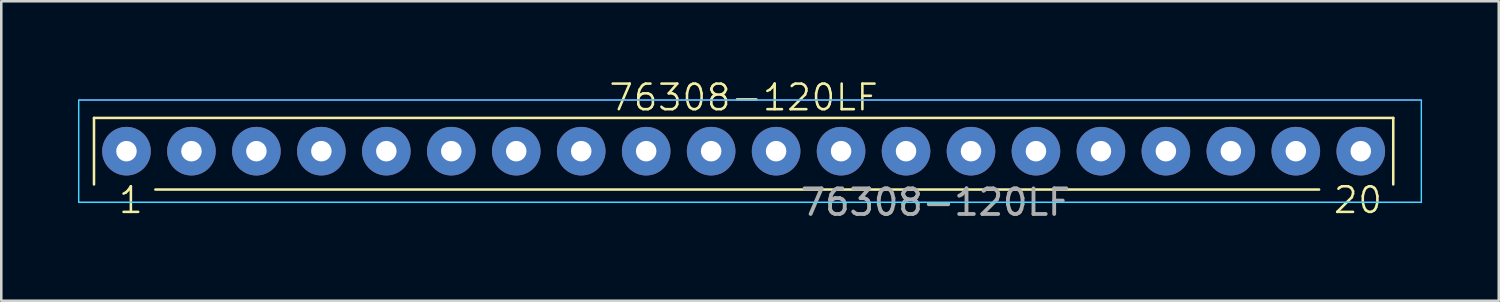
<source format=kicad_pcb>
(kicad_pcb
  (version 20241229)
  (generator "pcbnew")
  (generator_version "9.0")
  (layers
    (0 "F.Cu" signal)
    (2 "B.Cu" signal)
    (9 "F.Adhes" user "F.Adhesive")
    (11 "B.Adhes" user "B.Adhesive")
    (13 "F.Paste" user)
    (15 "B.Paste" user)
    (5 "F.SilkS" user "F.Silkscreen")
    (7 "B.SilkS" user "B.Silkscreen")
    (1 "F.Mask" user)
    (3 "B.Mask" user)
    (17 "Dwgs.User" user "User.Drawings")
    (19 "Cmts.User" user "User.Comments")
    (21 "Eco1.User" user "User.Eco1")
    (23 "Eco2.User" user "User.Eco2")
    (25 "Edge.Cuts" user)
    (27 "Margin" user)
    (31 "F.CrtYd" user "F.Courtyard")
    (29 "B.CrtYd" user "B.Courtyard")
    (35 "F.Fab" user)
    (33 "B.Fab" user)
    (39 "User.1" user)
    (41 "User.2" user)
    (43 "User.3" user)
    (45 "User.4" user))
  (footprint "76308-120LF"
    (layer "F.Cu")
    (at 26.025 2.861)
    (property "Reference" "76308-120LF" (at 0 -2.1 0) (unlocked yes) (layer "F.SilkS") (effects (font (size 1 1) (thickness 0.1))))
    (attr smd)
    (fp_line (start -25.4 -1.3) (end 25.4 -1.3) (stroke (width 0.1) (type default)) (layer "F.SilkS"))
    (fp_line (start -25.4 1.3) (end -25.4 -1.3) (stroke (width 0.1) (type default)) (layer "F.SilkS"))
    (fp_line (start -23 1.5) (end 22.5 1.5) (stroke (width 0.1) (type default)) (layer "F.SilkS"))
    (fp_line (start 25.4 -1.3) (end 25.4 1.3) (stroke (width 0.1) (type default)) (layer "F.SilkS"))
    (fp_rect (start -26 -2) (end 26.5 2) (stroke (width 0.05) (type default)) (fill no) (layer "B.CrtYd"))
    (fp_rect (start -26 -2) (end 26.5 2) (stroke (width 0.05) (type default)) (fill no) (layer "F.CrtYd"))
    (fp_text user "1" (at -24.5 2.5 0) (unlocked yes) (layer "F.SilkS") (effects (font (size 1 1) (thickness 0.1)) (justify left bottom)))
    (fp_text user "20" (at 23 2.5 0) (unlocked yes) (layer "F.SilkS") (effects (font (size 1 1) (thickness 0.1)) (justify left bottom)))
    (fp_text user "${REFERENCE}" (at 7.5 2 0) (unlocked yes) (layer "F.Fab") (effects (font (size 1 1) (thickness 0.15))))
    (pad "1" thru_hole circle (at -24.13 0) (size 1.9 1.9) (drill 0.8) (layers "*.Cu" "F.Mask"))
    (pad "2" thru_hole circle (at -21.59 0) (size 1.9 1.9) (drill 0.8) (layers "*.Cu" "F.Mask"))
    (pad "3" thru_hole circle (at -19.05 0) (size 1.9 1.9) (drill 0.8) (layers "*.Cu" "F.Mask"))
    (pad "4" thru_hole circle (at -16.51 0) (size 1.9 1.9) (drill 0.8) (layers "*.Cu" "F.Mask"))
    (pad "5" thru_hole circle (at -13.97 0) (size 1.9 1.9) (drill 0.8) (layers "*.Cu" "F.Mask"))
    (pad "6" thru_hole circle (at -11.43 0) (size 1.9 1.9) (drill 0.8) (layers "*.Cu" "F.Mask"))
    (pad "7" thru_hole circle (at -8.89 0) (size 1.9 1.9) (drill 0.8) (layers "*.Cu" "F.Mask"))
    (pad "8" thru_hole circle (at -6.35 0) (size 1.9 1.9) (drill 0.8) (layers "*.Cu" "F.Mask"))
    (pad "9" thru_hole circle (at -3.81 0) (size 1.9 1.9) (drill 0.8) (layers "*.Cu" "F.Mask"))
    (pad "10" thru_hole circle (at -1.27 0) (size 1.9 1.9) (drill 0.8) (layers "*.Cu" "F.Mask"))
    (pad "11" thru_hole circle (at 1.27 0) (size 1.9 1.9) (drill 0.8) (layers "*.Cu" "F.Mask"))
    (pad "12" thru_hole circle (at 3.81 0) (size 1.9 1.9) (drill 0.8) (layers "*.Cu" "F.Mask"))
    (pad "13" thru_hole circle (at 6.35 0) (size 1.9 1.9) (drill 0.8) (layers "*.Cu" "F.Mask"))
    (pad "14" thru_hole circle (at 8.89 0) (size 1.9 1.9) (drill 0.8) (layers "*.Cu" "F.Mask"))
    (pad "15" thru_hole circle (at 11.43 0) (size 1.9 1.9) (drill 0.8) (layers "*.Cu" "F.Mask"))
    (pad "16" thru_hole circle (at 13.97 0) (size 1.9 1.9) (drill 0.8) (layers "*.Cu" "F.Mask"))
    (pad "17" thru_hole circle (at 16.51 0) (size 1.9 1.9) (drill 0.8) (layers "*.Cu" "F.Mask"))
    (pad "18" thru_hole circle (at 19.05 0) (size 1.9 1.9) (drill 0.8) (layers "*.Cu" "F.Mask"))
    (pad "19" thru_hole circle (at 21.59 0) (size 1.9 1.9) (drill 0.8) (layers "*.Cu" "F.Mask"))
    (pad "20" thru_hole circle (at 24.13 0) (size 1.9 1.9) (drill 0.8) (layers "*.Cu" "F.Mask")))
  (gr_rect
    (start -3 -3)
    (end 55.55 8.709)
    (stroke (width 0.1) (type default))
    (fill no)
    (layer "Edge.Cuts")))
</source>
